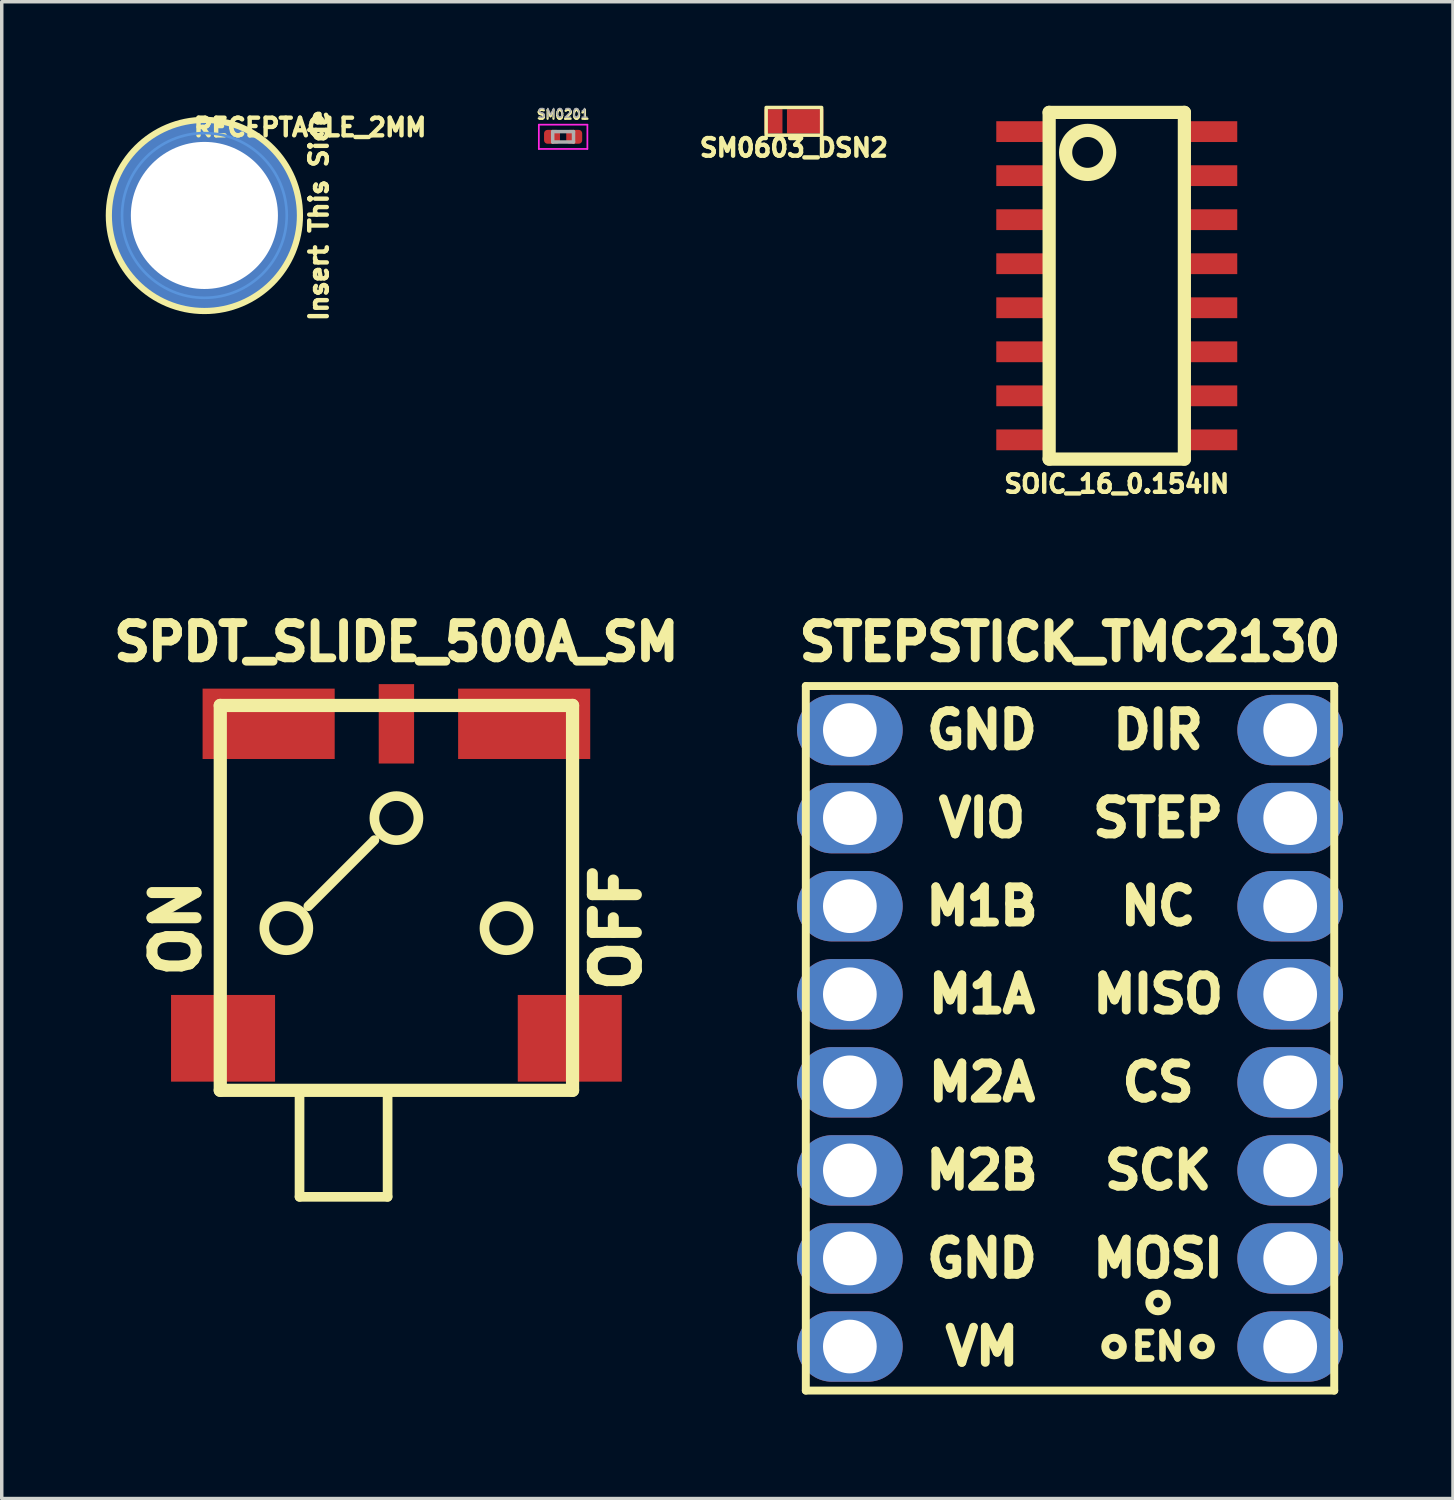
<source format=kicad_pcb>
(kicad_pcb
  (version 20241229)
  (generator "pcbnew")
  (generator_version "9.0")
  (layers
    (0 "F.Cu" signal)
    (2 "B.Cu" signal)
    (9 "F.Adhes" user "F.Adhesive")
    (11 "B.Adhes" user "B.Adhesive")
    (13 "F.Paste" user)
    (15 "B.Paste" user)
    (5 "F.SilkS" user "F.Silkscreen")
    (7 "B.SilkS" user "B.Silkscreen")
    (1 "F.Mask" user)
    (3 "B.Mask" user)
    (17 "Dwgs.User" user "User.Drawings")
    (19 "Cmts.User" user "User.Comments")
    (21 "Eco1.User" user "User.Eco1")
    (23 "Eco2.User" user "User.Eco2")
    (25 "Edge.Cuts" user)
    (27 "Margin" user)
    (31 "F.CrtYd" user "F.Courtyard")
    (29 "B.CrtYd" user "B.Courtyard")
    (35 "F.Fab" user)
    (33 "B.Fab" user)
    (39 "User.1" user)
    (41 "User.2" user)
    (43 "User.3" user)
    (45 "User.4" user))
  (footprint "SM0603_DSN2"
    (layer "F.Cu")
    (at 19.847 0.45)
    (property "Reference" "SM0603_DSN2" (at 0 0.762 180) (layer "F.SilkS") (effects (font (size 0.508 0.508) (thickness 0.127))))
    (attr smd)
    (fp_rect (start -0.8 -0.4) (end 0.8 0.4) (stroke (width 0.1) (type solid)) (fill no) (layer "F.SilkS"))
    (pad "1" smd rect (at -0.59 0) (size 0.52 0.7) (layers "F.Cu" "F.Mask" "F.Paste"))
    (pad "2" smd rect (at 0.325 0) (size 1.05 0.7) (layers "F.Cu" "F.Mask" "F.Paste")))
  (footprint "SOIC_16_0.154IN"
    (layer "F.Cu")
    (at 29.159 5.191)
    (property "Reference" "SOIC_16_0.154IN" (at 0 5.715 0) (layer "F.SilkS") (effects (font (size 0.508 0.508) (thickness 0.127))))
    (attr through_hole)
    (fp_line (start -1.95 -5) (end -1.95 5) (stroke (width 0.381) (type solid)) (layer "F.SilkS"))
    (fp_line (start -1.95 5) (end 1.95 5) (stroke (width 0.381) (type solid)) (layer "F.SilkS"))
    (fp_line (start 1.95 -5) (end -1.95 -5) (stroke (width 0.381) (type solid)) (layer "F.SilkS"))
    (fp_line (start 1.95 5) (end 1.95 -5) (stroke (width 0.381) (type solid)) (layer "F.SilkS"))
    (fp_circle (center -0.84 -3.845) (end -0.84 -4.48) (stroke (width 0.381) (type solid)) (fill no) (layer "F.SilkS"))
    (pad "1" smd rect (at -2.7 -4.445) (size 1.55 0.6) (layers "F.Cu" "F.Mask" "F.Paste"))
    (pad "2" smd rect (at -2.7 -3.175) (size 1.55 0.6) (layers "F.Cu" "F.Mask" "F.Paste"))
    (pad "3" smd rect (at -2.7 -1.905) (size 1.55 0.6) (layers "F.Cu" "F.Mask" "F.Paste"))
    (pad "4" smd rect (at -2.7 -0.635) (size 1.55 0.6) (layers "F.Cu" "F.Mask" "F.Paste"))
    (pad "5" smd rect (at -2.7 0.635) (size 1.55 0.6) (layers "F.Cu" "F.Mask" "F.Paste"))
    (pad "6" smd rect (at -2.7 1.905) (size 1.55 0.6) (layers "F.Cu" "F.Mask" "F.Paste"))
    (pad "7" smd rect (at -2.7 3.175) (size 1.55 0.6) (layers "F.Cu" "F.Mask" "F.Paste"))
    (pad "8" smd rect (at -2.7 4.445) (size 1.55 0.6) (layers "F.Cu" "F.Mask" "F.Paste"))
    (pad "9" smd rect (at 2.7 4.445) (size 1.55 0.6) (layers "F.Cu" "F.Mask" "F.Paste"))
    (pad "10" smd rect (at 2.7 3.175) (size 1.55 0.6) (layers "F.Cu" "F.Mask" "F.Paste"))
    (pad "11" smd rect (at 2.7 1.905) (size 1.55 0.6) (layers "F.Cu" "F.Mask" "F.Paste"))
    (pad "12" smd rect (at 2.7 0.635) (size 1.55 0.6) (layers "F.Cu" "F.Mask" "F.Paste"))
    (pad "13" smd rect (at 2.7 -0.635) (size 1.55 0.6) (layers "F.Cu" "F.Mask" "F.Paste"))
    (pad "14" smd rect (at 2.7 -1.905) (size 1.55 0.6) (layers "F.Cu" "F.Mask" "F.Paste"))
    (pad "15" smd rect (at 2.7 -3.175) (size 1.55 0.6) (layers "F.Cu" "F.Mask" "F.Paste"))
    (pad "16" smd rect (at 2.7 -4.445) (size 1.55 0.6) (layers "F.Cu" "F.Mask" "F.Paste")))
  (footprint "RECEPTACLE_2MM"
    (layer "F.Cu")
    (at 2.845 3.164)
    (property "Reference" "RECEPTACLE_2MM" (at 3.048 -2.54 0) (layer "F.SilkS") (effects (font (size 0.508 0.508) (thickness 0.127))))
    (attr through_hole)
    (fp_circle (center 0 0) (end 2.756 0) (stroke (width 0.178) (type solid)) (fill no) (layer "F.SilkS"))
    (fp_circle (center 0 0) (end 2.375 0) (stroke (width 0.076) (type solid)) (fill no) (layer "Cmts.User"))
    (fp_text user "Insert This Side" (at 3.302 0 90) (layer "F.SilkS") (effects (font (size 0.508 0.508) (thickness 0.127))))
    (pad "1" thru_hole circle (at 0 0) (size 5.512 5.512) (drill 4.242) (layers "*.Cu" "*.Mask")))
  (footprint "SM0201"
    (layer "F.Cu")
    (at 13.191 0.896)
    (property "Reference" "SM0201" (at 0 -0.635 0) (layer "F.SilkS") (effects (font (size 0.254 0.254) (thickness 0.064))))
    (attr smd)
    (fp_line (start -0.7 -0.35) (end 0.7 -0.35) (stroke (width 0.05) (type solid)) (layer "F.CrtYd"))
    (fp_line (start -0.7 0.35) (end -0.7 -0.35) (stroke (width 0.05) (type solid)) (layer "F.CrtYd"))
    (fp_line (start 0.7 -0.35) (end 0.7 0.35) (stroke (width 0.05) (type solid)) (layer "F.CrtYd"))
    (fp_line (start 0.7 0.35) (end -0.7 0.35) (stroke (width 0.05) (type solid)) (layer "F.CrtYd"))
    (fp_line (start -0.3 -0.15) (end 0.3 -0.15) (stroke (width 0.1) (type solid)) (layer "F.Fab"))
    (fp_line (start -0.3 0.15) (end -0.3 -0.15) (stroke (width 0.1) (type solid)) (layer "F.Fab"))
    (fp_line (start 0.3 -0.15) (end 0.3 0.15) (stroke (width 0.1) (type solid)) (layer "F.Fab"))
    (fp_line (start 0.3 0.15) (end -0.3 0.15) (stroke (width 0.1) (type solid)) (layer "F.Fab"))
    (fp_text user "${REFERENCE}" (at 0 -0.68 0) (layer "F.Fab") (effects (font (size 0.25 0.25) (thickness 0.04))))
    (pad "" smd roundrect (at -0.345 0) (size 0.318 0.36) (layers "F.Paste") (roundrect_rratio 0.25))
    (pad "" smd roundrect (at 0.345 0) (size 0.318 0.36) (layers "F.Paste") (roundrect_rratio 0.25))
    (pad "1" smd roundrect (at -0.32 0) (size 0.46 0.4) (layers "F.Cu" "F.Mask") (roundrect_rratio 0.25))
    (pad "2" smd roundrect (at 0.32 0) (size 0.46 0.4) (layers "F.Cu" "F.Mask") (roundrect_rratio 0.25)))
  (footprint "SPDT_SLIDE_500A_SM"
    (layer "F.Cu")
    (at 8.383 26.896)
    (property "Reference" "SPDT_SLIDE_500A_SM" (at 0 -11.43 180) (layer "F.SilkS") (effects (font (size 1.016 1.016) (thickness 0.254))))
    (attr through_hole)
    (fp_line (start -5.08 -9.6) (end -5.08 1.5) (stroke (width 0.381) (type solid)) (layer "F.SilkS"))
    (fp_line (start -2.794 1.524) (end -2.794 4.572) (stroke (width 0.279) (type solid)) (layer "F.SilkS"))
    (fp_line (start -2.794 4.572) (end -0.254 4.572) (stroke (width 0.279) (type solid)) (layer "F.SilkS"))
    (fp_line (start -2.54 -3.81) (end -0.635 -5.715) (stroke (width 0.279) (type solid)) (layer "F.SilkS"))
    (fp_line (start -0.254 4.572) (end -0.254 1.524) (stroke (width 0.279) (type solid)) (layer "F.SilkS"))
    (fp_line (start 5.08 -9.6) (end -5.08 -9.6) (stroke (width 0.381) (type solid)) (layer "F.SilkS"))
    (fp_line (start 5.08 -9.6) (end 5.08 1.5) (stroke (width 0.381) (type solid)) (layer "F.SilkS"))
    (fp_line (start 5.08 1.5) (end -5.08 1.5) (stroke (width 0.381) (type solid)) (layer "F.SilkS"))
    (fp_circle (center -3.175 -3.175) (end -3.175 -3.81) (stroke (width 0.279) (type solid)) (fill no) (layer "F.SilkS"))
    (fp_circle (center 0 -6.35) (end 0 -6.985) (stroke (width 0.279) (type solid)) (fill no) (layer "F.SilkS"))
    (fp_circle (center 3.175 -3.175) (end 3.175 -3.81) (stroke (width 0.279) (type solid)) (fill no) (layer "F.SilkS"))
    (fp_text user "OFF" (at 6.35 -3.175 90) (layer "F.SilkS") (effects (font (size 1.27 1.27) (thickness 0.318))))
    (fp_text user "ON" (at -6.35 -3.175 90) (layer "F.SilkS") (effects (font (size 1.27 1.27) (thickness 0.318))))
    (pad "" smd rect (at -5 0) (size 3 2.5) (layers "F.Cu" "F.Mask" "F.Paste"))
    (pad "" smd rect (at 5 0) (size 3 2.5) (layers "F.Cu" "F.Mask" "F.Paste"))
    (pad "1" smd rect (at -3.685 -9.07) (size 3.81 2.03) (layers "F.Cu" "F.Mask" "F.Paste"))
    (pad "2" smd rect (at 0 -9.07) (size 1.02 2.29) (layers "F.Cu" "F.Mask" "F.Paste"))
    (pad "3" smd rect (at 3.685 -9.07) (size 3.81 2.03) (layers "F.Cu" "F.Mask" "F.Paste")))
  (footprint "STEPSTICK_TMC2130"
    (layer "F.Cu")
    (at 27.811 26.896)
    (property "Reference" "STEPSTICK_TMC2130" (at 0 -11.43 0) (layer "F.SilkS") (effects (font (size 1.016 1.016) (thickness 0.254))))
    (attr through_hole)
    (fp_line (start -7.62 -10.16) (end -7.62 10.16) (stroke (width 0.229) (type solid)) (layer "F.SilkS"))
    (fp_line (start -7.62 10.16) (end 7.62 10.16) (stroke (width 0.229) (type solid)) (layer "F.SilkS"))
    (fp_line (start 7.62 -10.16) (end -7.62 -10.16) (stroke (width 0.229) (type solid)) (layer "F.SilkS"))
    (fp_line (start 7.62 10.16) (end 7.62 -10.16) (stroke (width 0.229) (type solid)) (layer "F.SilkS"))
    (fp_circle (center 1.27 8.89) (end 1.27 8.636) (stroke (width 0.229) (type solid)) (fill no) (layer "F.SilkS"))
    (fp_circle (center 2.54 7.62) (end 2.54 7.366) (stroke (width 0.229) (type solid)) (fill no) (layer "F.SilkS"))
    (fp_circle (center 3.81 8.89) (end 3.81 8.636) (stroke (width 0.229) (type solid)) (fill no) (layer "F.SilkS"))
    (fp_text user "GND" (at -2.54 6.35 0) (layer "F.SilkS") (effects (font (size 1.016 1.016) (thickness 0.254))))
    (fp_text user "CS" (at 2.54 1.27 0) (layer "F.SilkS") (effects (font (size 1.016 1.016) (thickness 0.254))))
    (fp_text user "M2B" (at -2.54 3.81 0) (layer "F.SilkS") (effects (font (size 1.016 1.016) (thickness 0.254))))
    (fp_text user "DIR" (at 2.54 -8.89 0) (layer "F.SilkS") (effects (font (size 1.016 1.016) (thickness 0.254))))
    (fp_text user "EN" (at 2.54 8.89 0) (layer "F.SilkS") (effects (font (size 0.762 0.762) (thickness 0.191))))
    (fp_text user "SCK" (at 2.54 3.81 0) (layer "F.SilkS") (effects (font (size 1.016 1.016) (thickness 0.254))))
    (fp_text user "STEP" (at 2.54 -6.35 0) (layer "F.SilkS") (effects (font (size 1.016 1.016) (thickness 0.254))))
    (fp_text user "M1A" (at -2.54 -1.27 0) (layer "F.SilkS") (effects (font (size 1.016 1.016) (thickness 0.254))))
    (fp_text user "MISO" (at 2.54 -1.27 0) (layer "F.SilkS") (effects (font (size 1.016 1.016) (thickness 0.254))))
    (fp_text user "NC" (at 2.54 -3.81 0) (layer "F.SilkS") (effects (font (size 1.016 1.016) (thickness 0.254))))
    (fp_text user "MOSI" (at 2.54 6.35 0) (layer "F.SilkS") (effects (font (size 1.016 1.016) (thickness 0.254))))
    (fp_text user "VIO" (at -2.54 -6.35 0) (layer "F.SilkS") (effects (font (size 1.016 1.016) (thickness 0.254))))
    (fp_text user "VM" (at -2.54 8.89 0) (layer "F.SilkS") (effects (font (size 1.016 1.016) (thickness 0.254))))
    (fp_text user "M2A" (at -2.54 1.27 0) (layer "F.SilkS") (effects (font (size 1.016 1.016) (thickness 0.254))))
    (fp_text user "GND" (at -2.54 -8.89 0) (layer "F.SilkS") (effects (font (size 1.016 1.016) (thickness 0.254))))
    (fp_text user "M1B" (at -2.54 -3.81 0) (layer "F.SilkS") (effects (font (size 1.016 1.016) (thickness 0.254))))
    (pad "1" thru_hole oval (at 6.35 -8.89) (size 3.048 2.032) (drill 1.549) (layers "*.Cu" "*.Mask"))
    (pad "2" thru_hole oval (at 6.35 -6.35) (size 3.048 2.032) (drill 1.549) (layers "*.Cu" "*.Mask"))
    (pad "3" thru_hole oval (at 6.35 -3.81) (size 3.048 2.032) (drill 1.549) (layers "*.Cu" "*.Mask"))
    (pad "4" thru_hole oval (at 6.35 -1.27) (size 3.048 2.032) (drill 1.549) (layers "*.Cu" "*.Mask"))
    (pad "5" thru_hole oval (at 6.35 1.27) (size 3.048 2.032) (drill 1.549) (layers "*.Cu" "*.Mask"))
    (pad "6" thru_hole oval (at 6.35 3.81) (size 3.048 2.032) (drill 1.549) (layers "*.Cu" "*.Mask"))
    (pad "7" thru_hole oval (at 6.35 6.35) (size 3.048 2.032) (drill 1.549) (layers "*.Cu" "*.Mask"))
    (pad "8" thru_hole oval (at 6.35 8.89) (size 3.048 2.032) (drill 1.549) (layers "*.Cu" "*.Mask"))
    (pad "9" thru_hole oval (at -6.35 8.89) (size 3.048 2.032) (drill 1.549) (layers "*.Cu" "*.Mask"))
    (pad "10" thru_hole oval (at -6.35 6.35) (size 3.048 2.032) (drill 1.549) (layers "*.Cu" "*.Mask"))
    (pad "11" thru_hole oval (at -6.35 3.81) (size 3.048 2.032) (drill 1.549) (layers "*.Cu" "*.Mask"))
    (pad "12" thru_hole oval (at -6.35 1.27) (size 3.048 2.032) (drill 1.549) (layers "*.Cu" "*.Mask"))
    (pad "13" thru_hole oval (at -6.35 -1.27) (size 3.048 2.032) (drill 1.549) (layers "*.Cu" "*.Mask"))
    (pad "14" thru_hole oval (at -6.35 -3.81) (size 3.048 2.032) (drill 1.549) (layers "*.Cu" "*.Mask"))
    (pad "15" thru_hole oval (at -6.35 -6.35) (size 3.048 2.032) (drill 1.549) (layers "*.Cu" "*.Mask"))
    (pad "16" thru_hole oval (at -6.35 -8.89) (size 3.048 2.032) (drill 1.549) (layers "*.Cu" "*.Mask")))
  (gr_rect
    (start -3 -3)
    (end 38.856 40.17)
    (stroke (width 0.1) (type default))
    (fill no)
    (layer "Edge.Cuts")))
</source>
